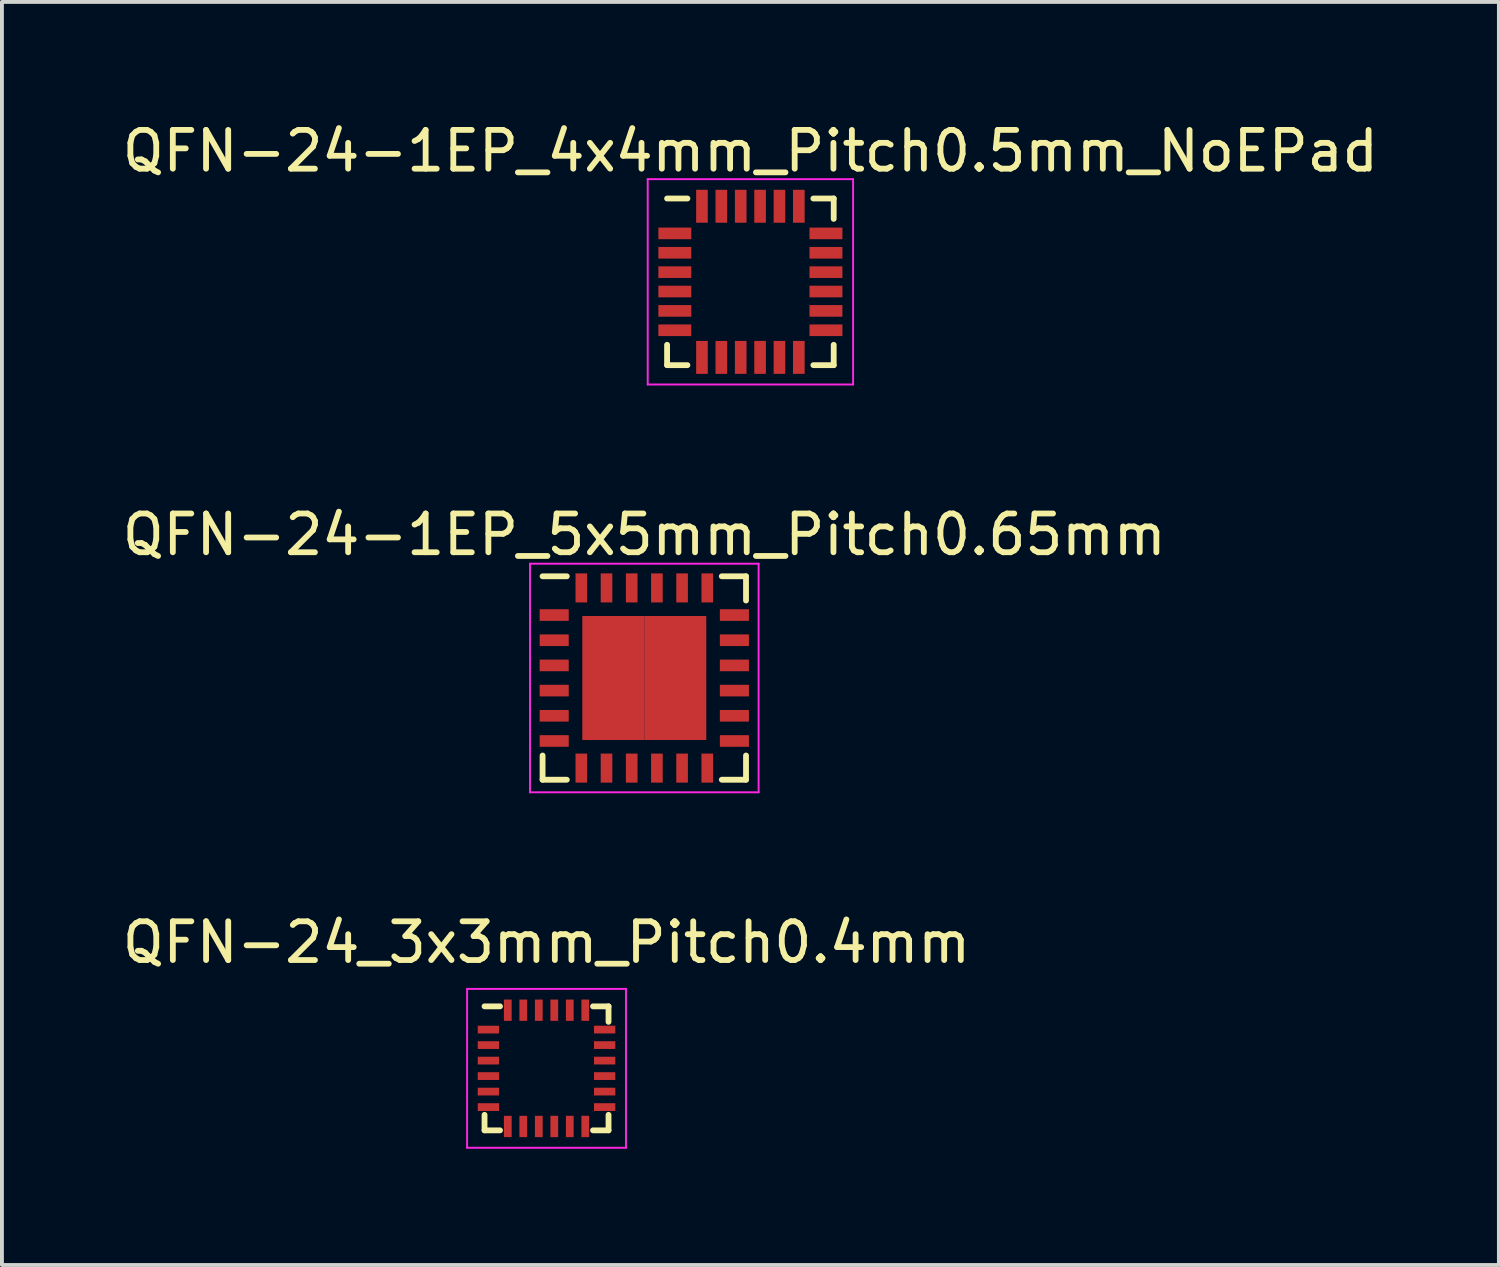
<source format=kicad_pcb>
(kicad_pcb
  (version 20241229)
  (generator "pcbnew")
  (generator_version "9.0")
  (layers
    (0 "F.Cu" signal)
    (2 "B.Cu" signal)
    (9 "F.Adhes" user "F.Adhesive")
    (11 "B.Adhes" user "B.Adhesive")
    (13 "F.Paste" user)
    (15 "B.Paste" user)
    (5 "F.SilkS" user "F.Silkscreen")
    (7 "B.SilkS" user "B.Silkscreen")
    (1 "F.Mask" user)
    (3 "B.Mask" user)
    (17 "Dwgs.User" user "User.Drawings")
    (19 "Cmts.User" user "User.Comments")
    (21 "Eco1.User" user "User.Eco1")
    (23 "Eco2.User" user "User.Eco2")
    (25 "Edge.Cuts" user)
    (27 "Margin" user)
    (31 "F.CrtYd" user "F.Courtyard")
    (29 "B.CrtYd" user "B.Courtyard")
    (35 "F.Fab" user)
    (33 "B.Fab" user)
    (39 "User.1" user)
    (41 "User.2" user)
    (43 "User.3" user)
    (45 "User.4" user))
  (footprint "QFN-24-1EP_4x4mm_Pitch0.5mm_NoEPad"
    (layer "F.Cu")
    (at 16.315 4.223)
    (property "Reference" "QFN-24-1EP_4x4mm_Pitch0.5mm_NoEPad" (at 0 -3.375 0) (layer "F.SilkS") (effects (font (size 1 1) (thickness 0.15))))
    (attr smd)
    (fp_line (start -2.15 -2.15) (end -1.625 -2.15) (stroke (width 0.15) (type solid)) (layer "F.SilkS"))
    (fp_line (start -2.15 2.15) (end -2.15 1.625) (stroke (width 0.15) (type solid)) (layer "F.SilkS"))
    (fp_line (start -2.15 2.15) (end -1.625 2.15) (stroke (width 0.15) (type solid)) (layer "F.SilkS"))
    (fp_line (start 2.15 -2.15) (end 1.625 -2.15) (stroke (width 0.15) (type solid)) (layer "F.SilkS"))
    (fp_line (start 2.15 -2.15) (end 2.15 -1.625) (stroke (width 0.15) (type solid)) (layer "F.SilkS"))
    (fp_line (start 2.15 2.15) (end 1.625 2.15) (stroke (width 0.15) (type solid)) (layer "F.SilkS"))
    (fp_line (start 2.15 2.15) (end 2.15 1.625) (stroke (width 0.15) (type solid)) (layer "F.SilkS"))
    (fp_line (start -2.65 -2.65) (end -2.65 2.65) (stroke (width 0.05) (type solid)) (layer "F.CrtYd"))
    (fp_line (start -2.65 -2.65) (end 2.65 -2.65) (stroke (width 0.05) (type solid)) (layer "F.CrtYd"))
    (fp_line (start -2.65 2.65) (end 2.65 2.65) (stroke (width 0.05) (type solid)) (layer "F.CrtYd"))
    (fp_line (start 2.65 -2.65) (end 2.65 2.65) (stroke (width 0.05) (type solid)) (layer "F.CrtYd"))
    (pad "" smd rect (at 0 0) (size 2.6 2.6) (layers "F.Mask"))
    (pad "1" smd rect (at -1.95 -1.25) (size 0.85 0.3) (layers "F.Cu" "F.Mask" "F.Paste"))
    (pad "2" smd rect (at -1.95 -0.75) (size 0.85 0.3) (layers "F.Cu" "F.Mask" "F.Paste"))
    (pad "3" smd rect (at -1.95 -0.25) (size 0.85 0.3) (layers "F.Cu" "F.Mask" "F.Paste"))
    (pad "4" smd rect (at -1.95 0.25) (size 0.85 0.3) (layers "F.Cu" "F.Mask" "F.Paste"))
    (pad "5" smd rect (at -1.95 0.75) (size 0.85 0.3) (layers "F.Cu" "F.Mask" "F.Paste"))
    (pad "6" smd rect (at -1.95 1.25) (size 0.85 0.3) (layers "F.Cu" "F.Mask" "F.Paste"))
    (pad "7" smd rect (at -1.25 1.95 90) (size 0.85 0.3) (layers "F.Cu" "F.Mask" "F.Paste"))
    (pad "8" smd rect (at -0.75 1.95 90) (size 0.85 0.3) (layers "F.Cu" "F.Mask" "F.Paste"))
    (pad "9" smd rect (at -0.25 1.95 90) (size 0.85 0.3) (layers "F.Cu" "F.Mask" "F.Paste"))
    (pad "10" smd rect (at 0.25 1.95 90) (size 0.85 0.3) (layers "F.Cu" "F.Mask" "F.Paste"))
    (pad "11" smd rect (at 0.75 1.95 90) (size 0.85 0.3) (layers "F.Cu" "F.Mask" "F.Paste"))
    (pad "12" smd rect (at 1.25 1.95 90) (size 0.85 0.3) (layers "F.Cu" "F.Mask" "F.Paste"))
    (pad "13" smd rect (at 1.95 1.25) (size 0.85 0.3) (layers "F.Cu" "F.Mask" "F.Paste"))
    (pad "14" smd rect (at 1.95 0.75) (size 0.85 0.3) (layers "F.Cu" "F.Mask" "F.Paste"))
    (pad "15" smd rect (at 1.95 0.25) (size 0.85 0.3) (layers "F.Cu" "F.Mask" "F.Paste"))
    (pad "16" smd rect (at 1.95 -0.25) (size 0.85 0.3) (layers "F.Cu" "F.Mask" "F.Paste"))
    (pad "17" smd rect (at 1.95 -0.75) (size 0.85 0.3) (layers "F.Cu" "F.Mask" "F.Paste"))
    (pad "18" smd rect (at 1.95 -1.25) (size 0.85 0.3) (layers "F.Cu" "F.Mask" "F.Paste"))
    (pad "19" smd rect (at 1.25 -1.95 90) (size 0.85 0.3) (layers "F.Cu" "F.Mask" "F.Paste"))
    (pad "20" smd rect (at 0.75 -1.95 90) (size 0.85 0.3) (layers "F.Cu" "F.Mask" "F.Paste"))
    (pad "21" smd rect (at 0.25 -1.95 90) (size 0.85 0.3) (layers "F.Cu" "F.Mask" "F.Paste"))
    (pad "22" smd rect (at -0.25 -1.95 90) (size 0.85 0.3) (layers "F.Cu" "F.Mask" "F.Paste"))
    (pad "23" smd rect (at -0.75 -1.95 90) (size 0.85 0.3) (layers "F.Cu" "F.Mask" "F.Paste"))
    (pad "24" smd rect (at -1.25 -1.95 90) (size 0.85 0.3) (layers "F.Cu" "F.Mask" "F.Paste")))
  (footprint "QFN-24_3x3mm_Pitch0.4mm"
    (layer "F.Cu")
    (at 11.054 24.52)
    (property "Reference" "QFN-24_3x3mm_Pitch0.4mm" (at 0 -3.25 0) (layer "F.SilkS") (effects (font (size 1 1) (thickness 0.15))))
    (attr smd)
    (fp_line (start -1.6 -1.6) (end -1.2 -1.6) (stroke (width 0.15) (type solid)) (layer "F.SilkS"))
    (fp_line (start -1.6 1.6) (end -1.6 1.2) (stroke (width 0.15) (type solid)) (layer "F.SilkS"))
    (fp_line (start -1.6 1.6) (end -1.2 1.6) (stroke (width 0.15) (type solid)) (layer "F.SilkS"))
    (fp_line (start 1.6 -1.6) (end 1.2 -1.6) (stroke (width 0.15) (type solid)) (layer "F.SilkS"))
    (fp_line (start 1.6 -1.6) (end 1.6 -1.2) (stroke (width 0.15) (type solid)) (layer "F.SilkS"))
    (fp_line (start 1.6 1.6) (end 1.2 1.6) (stroke (width 0.15) (type solid)) (layer "F.SilkS"))
    (fp_line (start 1.6 1.6) (end 1.6 1.2) (stroke (width 0.15) (type solid)) (layer "F.SilkS"))
    (fp_line (start -2.05 -2.05) (end 2.05 -2.05) (stroke (width 0.05) (type solid)) (layer "F.CrtYd"))
    (fp_line (start -2.05 2.05) (end -2.05 -2.05) (stroke (width 0.05) (type solid)) (layer "F.CrtYd"))
    (fp_line (start 2.05 -2.05) (end 2.05 2.05) (stroke (width 0.05) (type solid)) (layer "F.CrtYd"))
    (fp_line (start 2.05 2.05) (end -2.05 2.05) (stroke (width 0.05) (type solid)) (layer "F.CrtYd"))
    (pad "1" smd rect (at -1.5 -1) (size 0.55 0.2) (layers "F.Cu" "F.Mask" "F.Paste"))
    (pad "2" smd rect (at -1.5 -0.6) (size 0.55 0.2) (layers "F.Cu" "F.Mask" "F.Paste"))
    (pad "3" smd rect (at -1.5 -0.2) (size 0.55 0.2) (layers "F.Cu" "F.Mask" "F.Paste"))
    (pad "4" smd rect (at -1.5 0.2) (size 0.55 0.2) (layers "F.Cu" "F.Mask" "F.Paste"))
    (pad "5" smd rect (at -1.5 0.6) (size 0.55 0.2) (layers "F.Cu" "F.Mask" "F.Paste"))
    (pad "6" smd rect (at -1.5 1) (size 0.55 0.2) (layers "F.Cu" "F.Mask" "F.Paste"))
    (pad "7" smd rect (at -1 1.5 90) (size 0.55 0.2) (layers "F.Cu" "F.Mask" "F.Paste"))
    (pad "8" smd rect (at -0.6 1.5 90) (size 0.55 0.2) (layers "F.Cu" "F.Mask" "F.Paste"))
    (pad "9" smd rect (at -0.2 1.5 90) (size 0.55 0.2) (layers "F.Cu" "F.Mask" "F.Paste"))
    (pad "10" smd rect (at 0.2 1.5 90) (size 0.55 0.2) (layers "F.Cu" "F.Mask" "F.Paste"))
    (pad "11" smd rect (at 0.6 1.5 90) (size 0.55 0.2) (layers "F.Cu" "F.Mask" "F.Paste"))
    (pad "12" smd rect (at 1 1.5 90) (size 0.55 0.2) (layers "F.Cu" "F.Mask" "F.Paste"))
    (pad "13" smd rect (at 1.5 1) (size 0.55 0.2) (layers "F.Cu" "F.Mask" "F.Paste"))
    (pad "14" smd rect (at 1.5 0.6) (size 0.55 0.2) (layers "F.Cu" "F.Mask" "F.Paste"))
    (pad "15" smd rect (at 1.5 0.2) (size 0.55 0.2) (layers "F.Cu" "F.Mask" "F.Paste"))
    (pad "16" smd rect (at 1.5 -0.2) (size 0.55 0.2) (layers "F.Cu" "F.Mask" "F.Paste"))
    (pad "17" smd rect (at 1.5 -0.6) (size 0.55 0.2) (layers "F.Cu" "F.Mask" "F.Paste"))
    (pad "18" smd rect (at 1.5 -1) (size 0.55 0.2) (layers "F.Cu" "F.Mask" "F.Paste"))
    (pad "19" smd rect (at 1 -1.5 90) (size 0.55 0.2) (layers "F.Cu" "F.Mask" "F.Paste"))
    (pad "20" smd rect (at 0.6 -1.5 90) (size 0.55 0.2) (layers "F.Cu" "F.Mask" "F.Paste"))
    (pad "21" smd rect (at 0.2 -1.5 90) (size 0.55 0.2) (layers "F.Cu" "F.Mask" "F.Paste"))
    (pad "22" smd rect (at -0.2 -1.5 90) (size 0.55 0.2) (layers "F.Cu" "F.Mask" "F.Paste"))
    (pad "23" smd rect (at -0.6 -1.5 90) (size 0.55 0.2) (layers "F.Cu" "F.Mask" "F.Paste"))
    (pad "24" smd rect (at -1 -1.5 90) (size 0.55 0.2) (layers "F.Cu" "F.Mask" "F.Paste")))
  (footprint "QFN-24-1EP_5x5mm_Pitch0.65mm"
    (layer "F.Cu")
    (at 13.577 14.447)
    (property "Reference" "QFN-24-1EP_5x5mm_Pitch0.65mm" (at 0 -3.7 0) (layer "F.SilkS") (effects (font (size 1 1) (thickness 0.15))))
    (attr smd)
    (fp_line (start -2.625 -2.625) (end -2 -2.625) (stroke (width 0.15) (type solid)) (layer "F.SilkS"))
    (fp_line (start -2.625 2.625) (end -2.625 2) (stroke (width 0.15) (type solid)) (layer "F.SilkS"))
    (fp_line (start -2.625 2.625) (end -2 2.625) (stroke (width 0.15) (type solid)) (layer "F.SilkS"))
    (fp_line (start 2.625 -2.625) (end 2 -2.625) (stroke (width 0.15) (type solid)) (layer "F.SilkS"))
    (fp_line (start 2.625 -2.625) (end 2.625 -2) (stroke (width 0.15) (type solid)) (layer "F.SilkS"))
    (fp_line (start 2.625 2.625) (end 2 2.625) (stroke (width 0.15) (type solid)) (layer "F.SilkS"))
    (fp_line (start 2.625 2.625) (end 2.625 2) (stroke (width 0.15) (type solid)) (layer "F.SilkS"))
    (fp_line (start -2.95 -2.95) (end -2.95 2.95) (stroke (width 0.05) (type solid)) (layer "F.CrtYd"))
    (fp_line (start -2.95 -2.95) (end 2.95 -2.95) (stroke (width 0.05) (type solid)) (layer "F.CrtYd"))
    (fp_line (start -2.95 2.95) (end 2.95 2.95) (stroke (width 0.05) (type solid)) (layer "F.CrtYd"))
    (fp_line (start 2.95 -2.95) (end 2.95 2.95) (stroke (width 0.05) (type solid)) (layer "F.CrtYd"))
    (pad "1" smd rect (at -2.325 -1.625) (size 0.75 0.3) (layers "F.Cu" "F.Mask" "F.Paste"))
    (pad "2" smd rect (at -2.325 -0.975) (size 0.75 0.3) (layers "F.Cu" "F.Mask" "F.Paste"))
    (pad "3" smd rect (at -2.325 -0.325) (size 0.75 0.3) (layers "F.Cu" "F.Mask" "F.Paste"))
    (pad "4" smd rect (at -2.325 0.325) (size 0.75 0.3) (layers "F.Cu" "F.Mask" "F.Paste"))
    (pad "5" smd rect (at -2.325 0.975) (size 0.75 0.3) (layers "F.Cu" "F.Mask" "F.Paste"))
    (pad "6" smd rect (at -2.325 1.625) (size 0.75 0.3) (layers "F.Cu" "F.Mask" "F.Paste"))
    (pad "7" smd rect (at -1.625 2.325 90) (size 0.75 0.3) (layers "F.Cu" "F.Mask" "F.Paste"))
    (pad "8" smd rect (at -0.975 2.325 90) (size 0.75 0.3) (layers "F.Cu" "F.Mask" "F.Paste"))
    (pad "9" smd rect (at -0.325 2.325 90) (size 0.75 0.3) (layers "F.Cu" "F.Mask" "F.Paste"))
    (pad "10" smd rect (at 0.325 2.325 90) (size 0.75 0.3) (layers "F.Cu" "F.Mask" "F.Paste"))
    (pad "11" smd rect (at 0.975 2.325 90) (size 0.75 0.3) (layers "F.Cu" "F.Mask" "F.Paste"))
    (pad "12" smd rect (at 1.625 2.325 90) (size 0.75 0.3) (layers "F.Cu" "F.Mask" "F.Paste"))
    (pad "13" smd rect (at 2.325 1.625) (size 0.75 0.3) (layers "F.Cu" "F.Mask" "F.Paste"))
    (pad "14" smd rect (at 2.325 0.975) (size 0.75 0.3) (layers "F.Cu" "F.Mask" "F.Paste"))
    (pad "15" smd rect (at 2.325 0.325) (size 0.75 0.3) (layers "F.Cu" "F.Mask" "F.Paste"))
    (pad "16" smd rect (at 2.325 -0.325) (size 0.75 0.3) (layers "F.Cu" "F.Mask" "F.Paste"))
    (pad "17" smd rect (at 2.325 -0.975) (size 0.75 0.3) (layers "F.Cu" "F.Mask" "F.Paste"))
    (pad "18" smd rect (at 2.325 -1.625) (size 0.75 0.3) (layers "F.Cu" "F.Mask" "F.Paste"))
    (pad "19" smd rect (at 1.625 -2.325 90) (size 0.75 0.3) (layers "F.Cu" "F.Mask" "F.Paste"))
    (pad "20" smd rect (at 0.975 -2.325 90) (size 0.75 0.3) (layers "F.Cu" "F.Mask" "F.Paste"))
    (pad "21" smd rect (at 0.325 -2.325 90) (size 0.75 0.3) (layers "F.Cu" "F.Mask" "F.Paste"))
    (pad "22" smd rect (at -0.325 -2.325 90) (size 0.75 0.3) (layers "F.Cu" "F.Mask" "F.Paste"))
    (pad "23" smd rect (at -0.975 -2.325 90) (size 0.75 0.3) (layers "F.Cu" "F.Mask" "F.Paste"))
    (pad "24" smd rect (at -1.625 -2.325 90) (size 0.75 0.3) (layers "F.Cu" "F.Mask" "F.Paste"))
    (pad "25" smd rect (at -0.8 -0.8) (size 1.6 1.6) (layers "F.Cu" "F.Mask" "F.Paste"))
    (pad "25" smd rect (at -0.8 0.8) (size 1.6 1.6) (layers "F.Cu" "F.Mask" "F.Paste"))
    (pad "25" smd rect (at 0.8 -0.8) (size 1.6 1.6) (layers "F.Cu" "F.Mask" "F.Paste"))
    (pad "25" smd rect (at 0.8 0.8) (size 1.6 1.6) (layers "F.Cu" "F.Mask" "F.Paste")))
  (gr_rect
    (start -3 -3)
    (end 35.631 29.595)
    (stroke (width 0.1) (type default))
    (fill no)
    (layer "Edge.Cuts")))
</source>
